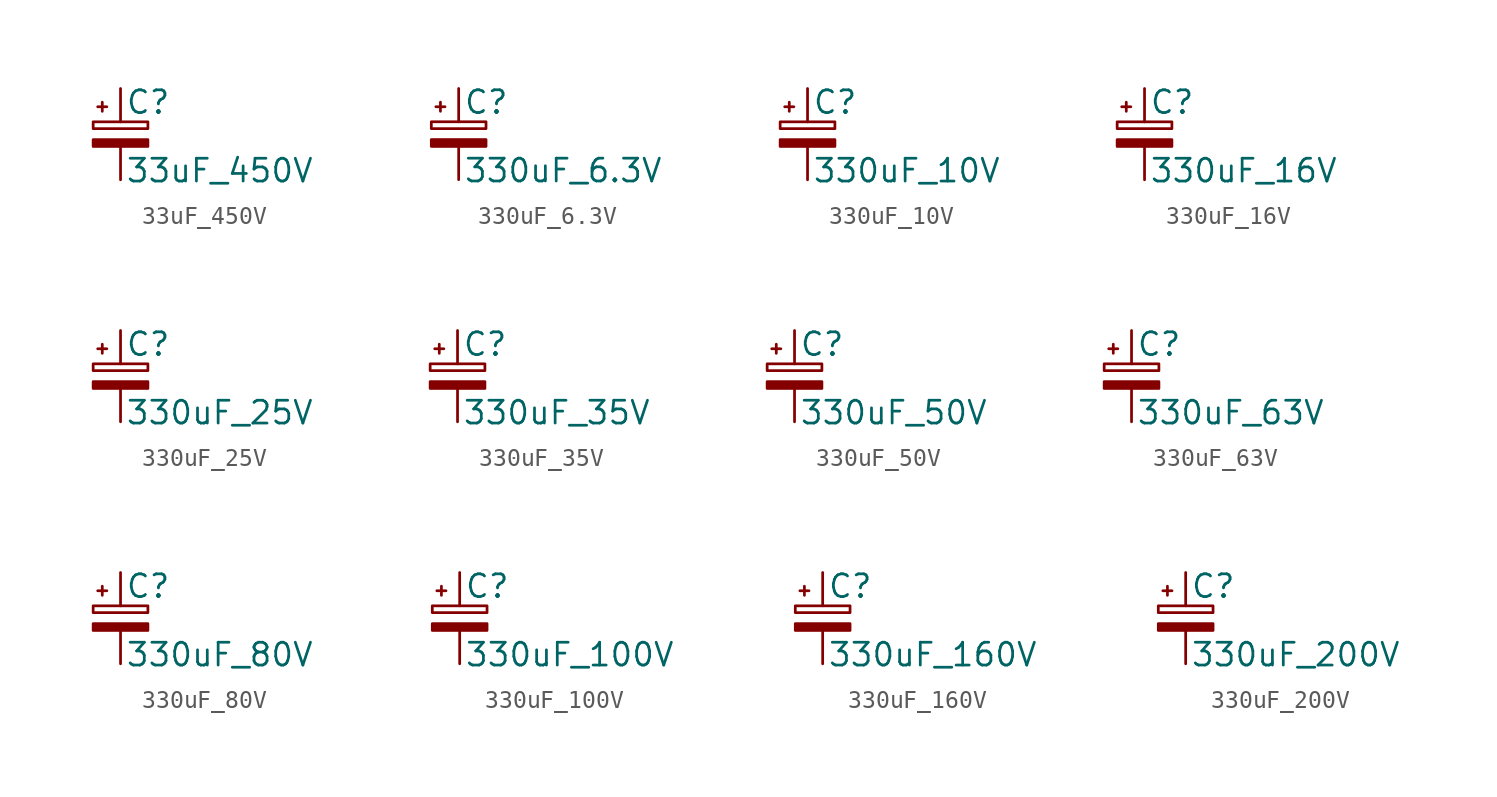
<source format=kicad_sym>
(kicad_symbol_lib
  (version 20211014)
  (generator kicad_symbol_editor)
  (symbol "33uF_450V"
    (pin_numbers hide)
    (pin_names
      (offset 0.254) hide)
    (property "Reference" "C"
      (at 0.254 1.778 0)
      (effects (font (size 1.27 1.27)) (justify left)))
    (property "Value" "33uF_450V"
      (at 0.254 -2.032 0)
      (effects (font (size 1.27 1.27)) (justify left)))
    (symbol "33uF_450V_0_1"
      (rectangle (start -1.524 -0.305) (end 1.524 -0.686) (stroke (width 0) (type default) (color 0 0 0 0)) (fill (type outline)))
      (rectangle (start -1.524 0.686) (end 1.524 0.305) (stroke (width 0) (type default) (color 0 0 0 0)) (fill (type none)))
      (polyline (pts (xy -1.27 1.524) (xy -0.762 1.524)) (stroke (width 0) (type default) (color 0 0 0 0)) (fill (type none)))
      (polyline (pts (xy -1.016 1.27) (xy -1.016 1.778)) (stroke (width 0) (type default) (color 0 0 0 0)) (fill (type none))))
    (symbol "33uF_450V_1_1"
      (pin passive line (at 0 2.54 270) (length 1.854) (name "~" (effects (font (size 1.27 1.27)))) (number "1" (effects (font (size 1.27 1.27)))))
      (pin passive line (at 0 -2.54 90) (length 1.854) (name "~" (effects (font (size 1.27 1.27)))) (number "2" (effects (font (size 1.27 1.27)))))))
  (symbol "330uF_6.3V"
    (pin_numbers hide)
    (pin_names
      (offset 0.254) hide)
    (property "Reference" "C"
      (at 0.254 1.778 0)
      (effects (font (size 1.27 1.27)) (justify left)))
    (property "Value" "330uF_6.3V"
      (at 0.254 -2.032 0)
      (effects (font (size 1.27 1.27)) (justify left)))
    (symbol "330uF_6.3V_0_1"
      (rectangle (start -1.524 -0.305) (end 1.524 -0.686) (stroke (width 0) (type default) (color 0 0 0 0)) (fill (type outline)))
      (rectangle (start -1.524 0.686) (end 1.524 0.305) (stroke (width 0) (type default) (color 0 0 0 0)) (fill (type none)))
      (polyline (pts (xy -1.27 1.524) (xy -0.762 1.524)) (stroke (width 0) (type default) (color 0 0 0 0)) (fill (type none)))
      (polyline (pts (xy -1.016 1.27) (xy -1.016 1.778)) (stroke (width 0) (type default) (color 0 0 0 0)) (fill (type none))))
    (symbol "330uF_6.3V_1_1"
      (pin passive line (at 0 2.54 270) (length 1.854) (name "~" (effects (font (size 1.27 1.27)))) (number "1" (effects (font (size 1.27 1.27)))))
      (pin passive line (at 0 -2.54 90) (length 1.854) (name "~" (effects (font (size 1.27 1.27)))) (number "2" (effects (font (size 1.27 1.27)))))))
  (symbol "330uF_10V"
    (pin_numbers hide)
    (pin_names
      (offset 0.254) hide)
    (property "Reference" "C"
      (at 0.254 1.778 0)
      (effects (font (size 1.27 1.27)) (justify left)))
    (property "Value" "330uF_10V"
      (at 0.254 -2.032 0)
      (effects (font (size 1.27 1.27)) (justify left)))
    (symbol "330uF_10V_0_1"
      (rectangle (start -1.524 -0.305) (end 1.524 -0.686) (stroke (width 0) (type default) (color 0 0 0 0)) (fill (type outline)))
      (rectangle (start -1.524 0.686) (end 1.524 0.305) (stroke (width 0) (type default) (color 0 0 0 0)) (fill (type none)))
      (polyline (pts (xy -1.27 1.524) (xy -0.762 1.524)) (stroke (width 0) (type default) (color 0 0 0 0)) (fill (type none)))
      (polyline (pts (xy -1.016 1.27) (xy -1.016 1.778)) (stroke (width 0) (type default) (color 0 0 0 0)) (fill (type none))))
    (symbol "330uF_10V_1_1"
      (pin passive line (at 0 2.54 270) (length 1.854) (name "~" (effects (font (size 1.27 1.27)))) (number "1" (effects (font (size 1.27 1.27)))))
      (pin passive line (at 0 -2.54 90) (length 1.854) (name "~" (effects (font (size 1.27 1.27)))) (number "2" (effects (font (size 1.27 1.27)))))))
  (symbol "330uF_16V"
    (pin_numbers hide)
    (pin_names
      (offset 0.254) hide)
    (property "Reference" "C"
      (at 0.254 1.778 0)
      (effects (font (size 1.27 1.27)) (justify left)))
    (property "Value" "330uF_16V"
      (at 0.254 -2.032 0)
      (effects (font (size 1.27 1.27)) (justify left)))
    (symbol "330uF_16V_0_1"
      (rectangle (start -1.524 -0.305) (end 1.524 -0.686) (stroke (width 0) (type default) (color 0 0 0 0)) (fill (type outline)))
      (rectangle (start -1.524 0.686) (end 1.524 0.305) (stroke (width 0) (type default) (color 0 0 0 0)) (fill (type none)))
      (polyline (pts (xy -1.27 1.524) (xy -0.762 1.524)) (stroke (width 0) (type default) (color 0 0 0 0)) (fill (type none)))
      (polyline (pts (xy -1.016 1.27) (xy -1.016 1.778)) (stroke (width 0) (type default) (color 0 0 0 0)) (fill (type none))))
    (symbol "330uF_16V_1_1"
      (pin passive line (at 0 2.54 270) (length 1.854) (name "~" (effects (font (size 1.27 1.27)))) (number "1" (effects (font (size 1.27 1.27)))))
      (pin passive line (at 0 -2.54 90) (length 1.854) (name "~" (effects (font (size 1.27 1.27)))) (number "2" (effects (font (size 1.27 1.27)))))))
  (symbol "330uF_25V"
    (pin_numbers hide)
    (pin_names
      (offset 0.254) hide)
    (property "Reference" "C"
      (at 0.254 1.778 0)
      (effects (font (size 1.27 1.27)) (justify left)))
    (property "Value" "330uF_25V"
      (at 0.254 -2.032 0)
      (effects (font (size 1.27 1.27)) (justify left)))
    (symbol "330uF_25V_0_1"
      (rectangle (start -1.524 -0.305) (end 1.524 -0.686) (stroke (width 0) (type default) (color 0 0 0 0)) (fill (type outline)))
      (rectangle (start -1.524 0.686) (end 1.524 0.305) (stroke (width 0) (type default) (color 0 0 0 0)) (fill (type none)))
      (polyline (pts (xy -1.27 1.524) (xy -0.762 1.524)) (stroke (width 0) (type default) (color 0 0 0 0)) (fill (type none)))
      (polyline (pts (xy -1.016 1.27) (xy -1.016 1.778)) (stroke (width 0) (type default) (color 0 0 0 0)) (fill (type none))))
    (symbol "330uF_25V_1_1"
      (pin passive line (at 0 2.54 270) (length 1.854) (name "~" (effects (font (size 1.27 1.27)))) (number "1" (effects (font (size 1.27 1.27)))))
      (pin passive line (at 0 -2.54 90) (length 1.854) (name "~" (effects (font (size 1.27 1.27)))) (number "2" (effects (font (size 1.27 1.27)))))))
  (symbol "330uF_35V"
    (pin_numbers hide)
    (pin_names
      (offset 0.254) hide)
    (property "Reference" "C"
      (at 0.254 1.778 0)
      (effects (font (size 1.27 1.27)) (justify left)))
    (property "Value" "330uF_35V"
      (at 0.254 -2.032 0)
      (effects (font (size 1.27 1.27)) (justify left)))
    (symbol "330uF_35V_0_1"
      (rectangle (start -1.524 -0.305) (end 1.524 -0.686) (stroke (width 0) (type default) (color 0 0 0 0)) (fill (type outline)))
      (rectangle (start -1.524 0.686) (end 1.524 0.305) (stroke (width 0) (type default) (color 0 0 0 0)) (fill (type none)))
      (polyline (pts (xy -1.27 1.524) (xy -0.762 1.524)) (stroke (width 0) (type default) (color 0 0 0 0)) (fill (type none)))
      (polyline (pts (xy -1.016 1.27) (xy -1.016 1.778)) (stroke (width 0) (type default) (color 0 0 0 0)) (fill (type none))))
    (symbol "330uF_35V_1_1"
      (pin passive line (at 0 2.54 270) (length 1.854) (name "~" (effects (font (size 1.27 1.27)))) (number "1" (effects (font (size 1.27 1.27)))))
      (pin passive line (at 0 -2.54 90) (length 1.854) (name "~" (effects (font (size 1.27 1.27)))) (number "2" (effects (font (size 1.27 1.27)))))))
  (symbol "330uF_50V"
    (pin_numbers hide)
    (pin_names
      (offset 0.254) hide)
    (property "Reference" "C"
      (at 0.254 1.778 0)
      (effects (font (size 1.27 1.27)) (justify left)))
    (property "Value" "330uF_50V"
      (at 0.254 -2.032 0)
      (effects (font (size 1.27 1.27)) (justify left)))
    (symbol "330uF_50V_0_1"
      (rectangle (start -1.524 -0.305) (end 1.524 -0.686) (stroke (width 0) (type default) (color 0 0 0 0)) (fill (type outline)))
      (rectangle (start -1.524 0.686) (end 1.524 0.305) (stroke (width 0) (type default) (color 0 0 0 0)) (fill (type none)))
      (polyline (pts (xy -1.27 1.524) (xy -0.762 1.524)) (stroke (width 0) (type default) (color 0 0 0 0)) (fill (type none)))
      (polyline (pts (xy -1.016 1.27) (xy -1.016 1.778)) (stroke (width 0) (type default) (color 0 0 0 0)) (fill (type none))))
    (symbol "330uF_50V_1_1"
      (pin passive line (at 0 2.54 270) (length 1.854) (name "~" (effects (font (size 1.27 1.27)))) (number "1" (effects (font (size 1.27 1.27)))))
      (pin passive line (at 0 -2.54 90) (length 1.854) (name "~" (effects (font (size 1.27 1.27)))) (number "2" (effects (font (size 1.27 1.27)))))))
  (symbol "330uF_63V"
    (pin_numbers hide)
    (pin_names
      (offset 0.254) hide)
    (property "Reference" "C"
      (at 0.254 1.778 0)
      (effects (font (size 1.27 1.27)) (justify left)))
    (property "Value" "330uF_63V"
      (at 0.254 -2.032 0)
      (effects (font (size 1.27 1.27)) (justify left)))
    (symbol "330uF_63V_0_1"
      (rectangle (start -1.524 -0.305) (end 1.524 -0.686) (stroke (width 0) (type default) (color 0 0 0 0)) (fill (type outline)))
      (rectangle (start -1.524 0.686) (end 1.524 0.305) (stroke (width 0) (type default) (color 0 0 0 0)) (fill (type none)))
      (polyline (pts (xy -1.27 1.524) (xy -0.762 1.524)) (stroke (width 0) (type default) (color 0 0 0 0)) (fill (type none)))
      (polyline (pts (xy -1.016 1.27) (xy -1.016 1.778)) (stroke (width 0) (type default) (color 0 0 0 0)) (fill (type none))))
    (symbol "330uF_63V_1_1"
      (pin passive line (at 0 2.54 270) (length 1.854) (name "~" (effects (font (size 1.27 1.27)))) (number "1" (effects (font (size 1.27 1.27)))))
      (pin passive line (at 0 -2.54 90) (length 1.854) (name "~" (effects (font (size 1.27 1.27)))) (number "2" (effects (font (size 1.27 1.27)))))))
  (symbol "330uF_80V"
    (pin_numbers hide)
    (pin_names
      (offset 0.254) hide)
    (property "Reference" "C"
      (at 0.254 1.778 0)
      (effects (font (size 1.27 1.27)) (justify left)))
    (property "Value" "330uF_80V"
      (at 0.254 -2.032 0)
      (effects (font (size 1.27 1.27)) (justify left)))
    (symbol "330uF_80V_0_1"
      (rectangle (start -1.524 -0.305) (end 1.524 -0.686) (stroke (width 0) (type default) (color 0 0 0 0)) (fill (type outline)))
      (rectangle (start -1.524 0.686) (end 1.524 0.305) (stroke (width 0) (type default) (color 0 0 0 0)) (fill (type none)))
      (polyline (pts (xy -1.27 1.524) (xy -0.762 1.524)) (stroke (width 0) (type default) (color 0 0 0 0)) (fill (type none)))
      (polyline (pts (xy -1.016 1.27) (xy -1.016 1.778)) (stroke (width 0) (type default) (color 0 0 0 0)) (fill (type none))))
    (symbol "330uF_80V_1_1"
      (pin passive line (at 0 2.54 270) (length 1.854) (name "~" (effects (font (size 1.27 1.27)))) (number "1" (effects (font (size 1.27 1.27)))))
      (pin passive line (at 0 -2.54 90) (length 1.854) (name "~" (effects (font (size 1.27 1.27)))) (number "2" (effects (font (size 1.27 1.27)))))))
  (symbol "330uF_100V"
    (pin_numbers hide)
    (pin_names
      (offset 0.254) hide)
    (property "Reference" "C"
      (at 0.254 1.778 0)
      (effects (font (size 1.27 1.27)) (justify left)))
    (property "Value" "330uF_100V"
      (at 0.254 -2.032 0)
      (effects (font (size 1.27 1.27)) (justify left)))
    (symbol "330uF_100V_0_1"
      (rectangle (start -1.524 -0.305) (end 1.524 -0.686) (stroke (width 0) (type default) (color 0 0 0 0)) (fill (type outline)))
      (rectangle (start -1.524 0.686) (end 1.524 0.305) (stroke (width 0) (type default) (color 0 0 0 0)) (fill (type none)))
      (polyline (pts (xy -1.27 1.524) (xy -0.762 1.524)) (stroke (width 0) (type default) (color 0 0 0 0)) (fill (type none)))
      (polyline (pts (xy -1.016 1.27) (xy -1.016 1.778)) (stroke (width 0) (type default) (color 0 0 0 0)) (fill (type none))))
    (symbol "330uF_100V_1_1"
      (pin passive line (at 0 2.54 270) (length 1.854) (name "~" (effects (font (size 1.27 1.27)))) (number "1" (effects (font (size 1.27 1.27)))))
      (pin passive line (at 0 -2.54 90) (length 1.854) (name "~" (effects (font (size 1.27 1.27)))) (number "2" (effects (font (size 1.27 1.27)))))))
  (symbol "330uF_160V"
    (pin_numbers hide)
    (pin_names
      (offset 0.254) hide)
    (property "Reference" "C"
      (at 0.254 1.778 0)
      (effects (font (size 1.27 1.27)) (justify left)))
    (property "Value" "330uF_160V"
      (at 0.254 -2.032 0)
      (effects (font (size 1.27 1.27)) (justify left)))
    (symbol "330uF_160V_0_1"
      (rectangle (start -1.524 -0.305) (end 1.524 -0.686) (stroke (width 0) (type default) (color 0 0 0 0)) (fill (type outline)))
      (rectangle (start -1.524 0.686) (end 1.524 0.305) (stroke (width 0) (type default) (color 0 0 0 0)) (fill (type none)))
      (polyline (pts (xy -1.27 1.524) (xy -0.762 1.524)) (stroke (width 0) (type default) (color 0 0 0 0)) (fill (type none)))
      (polyline (pts (xy -1.016 1.27) (xy -1.016 1.778)) (stroke (width 0) (type default) (color 0 0 0 0)) (fill (type none))))
    (symbol "330uF_160V_1_1"
      (pin passive line (at 0 2.54 270) (length 1.854) (name "~" (effects (font (size 1.27 1.27)))) (number "1" (effects (font (size 1.27 1.27)))))
      (pin passive line (at 0 -2.54 90) (length 1.854) (name "~" (effects (font (size 1.27 1.27)))) (number "2" (effects (font (size 1.27 1.27)))))))
  (symbol "330uF_200V"
    (pin_numbers hide)
    (pin_names
      (offset 0.254) hide)
    (property "Reference" "C"
      (at 0.254 1.778 0)
      (effects (font (size 1.27 1.27)) (justify left)))
    (property "Value" "330uF_200V"
      (at 0.254 -2.032 0)
      (effects (font (size 1.27 1.27)) (justify left)))
    (symbol "330uF_200V_0_1"
      (rectangle (start -1.524 -0.305) (end 1.524 -0.686) (stroke (width 0) (type default) (color 0 0 0 0)) (fill (type outline)))
      (rectangle (start -1.524 0.686) (end 1.524 0.305) (stroke (width 0) (type default) (color 0 0 0 0)) (fill (type none)))
      (polyline (pts (xy -1.27 1.524) (xy -0.762 1.524)) (stroke (width 0) (type default) (color 0 0 0 0)) (fill (type none)))
      (polyline (pts (xy -1.016 1.27) (xy -1.016 1.778)) (stroke (width 0) (type default) (color 0 0 0 0)) (fill (type none))))
    (symbol "330uF_200V_1_1"
      (pin passive line (at 0 2.54 270) (length 1.854) (name "~" (effects (font (size 1.27 1.27)))) (number "1" (effects (font (size 1.27 1.27)))))
      (pin passive line (at 0 -2.54 90) (length 1.854) (name "~" (effects (font (size 1.27 1.27)))) (number "2" (effects (font (size 1.27 1.27))))))))
</source>
